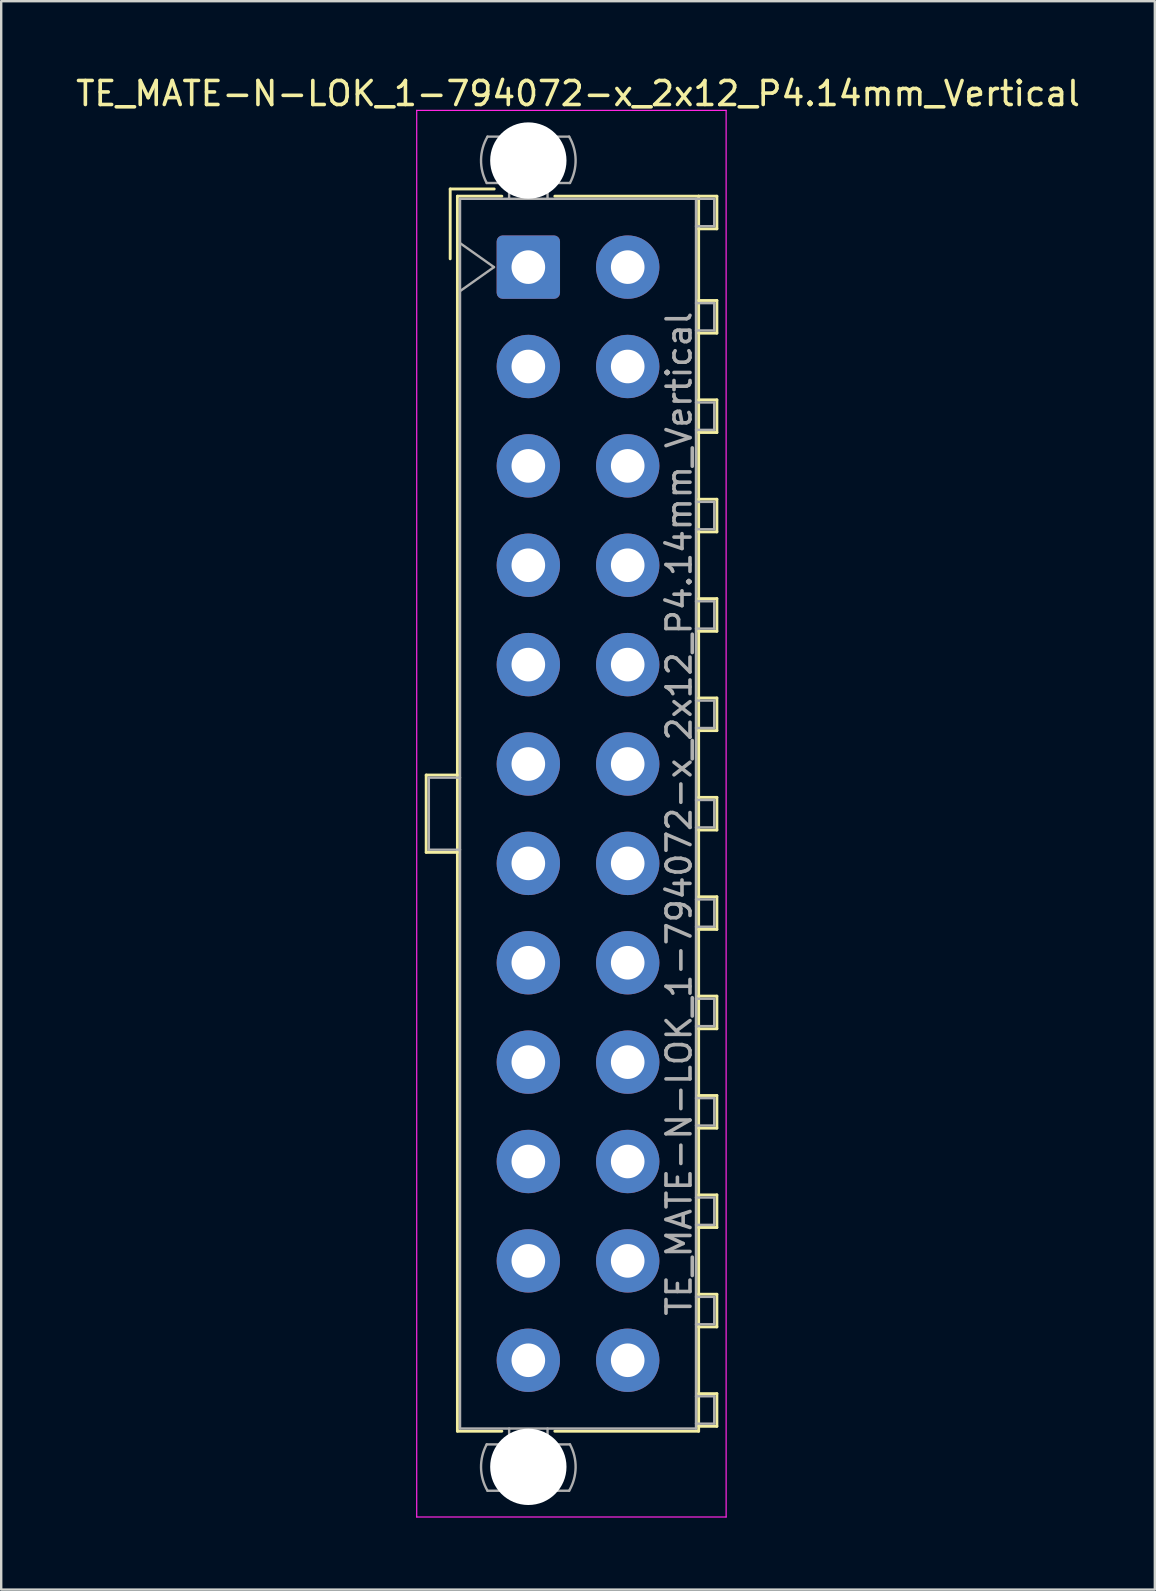
<source format=kicad_pcb>
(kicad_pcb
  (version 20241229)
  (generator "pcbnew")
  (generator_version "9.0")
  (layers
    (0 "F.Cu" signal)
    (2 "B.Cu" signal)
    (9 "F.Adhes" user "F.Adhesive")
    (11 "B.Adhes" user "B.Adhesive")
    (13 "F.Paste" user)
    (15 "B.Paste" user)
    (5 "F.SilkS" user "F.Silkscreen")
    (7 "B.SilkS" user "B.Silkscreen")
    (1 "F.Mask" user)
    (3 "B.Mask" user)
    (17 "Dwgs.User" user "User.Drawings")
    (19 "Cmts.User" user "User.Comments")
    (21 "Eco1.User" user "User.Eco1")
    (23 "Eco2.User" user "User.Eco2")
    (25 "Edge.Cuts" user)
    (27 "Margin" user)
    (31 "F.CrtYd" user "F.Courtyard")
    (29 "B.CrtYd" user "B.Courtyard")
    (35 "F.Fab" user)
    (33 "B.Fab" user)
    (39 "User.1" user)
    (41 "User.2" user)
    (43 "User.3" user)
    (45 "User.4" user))
  (footprint "TE_MATE-N-LOK_1-794072-x_2x12_P4.14mm_Vertical"
    (layer "F.Cu")
    (at 18.96 8.078)
    (property "Reference" "TE_MATE-N-LOK_1-794072-x_2x12_P4.14mm_Vertical" (at 2.07 -7.23 0) (layer "F.SilkS") (effects (font (size 1 1) (thickness 0.15))))
    (attr through_hole)
    (fp_line (start -4.255 21.16) (end -4.255 24.38) (stroke (width 0.12) (type solid)) (layer "F.SilkS"))
    (fp_line (start -4.255 24.38) (end -2.955 24.38) (stroke (width 0.12) (type solid)) (layer "F.SilkS"))
    (fp_line (start -3.255 -3.255) (end -3.255 -0.345) (stroke (width 0.12) (type solid)) (layer "F.SilkS"))
    (fp_line (start -2.955 -2.955) (end -2.955 48.495) (stroke (width 0.12) (type solid)) (layer "F.SilkS"))
    (fp_line (start -2.955 21.16) (end -4.255 21.16) (stroke (width 0.12) (type solid)) (layer "F.SilkS"))
    (fp_line (start -2.955 48.495) (end -1.103 48.495) (stroke (width 0.12) (type solid)) (layer "F.SilkS"))
    (fp_line (start -1.421 -3.255) (end -3.255 -3.255) (stroke (width 0.12) (type solid)) (layer "F.SilkS"))
    (fp_line (start -1.103 -2.955) (end -2.955 -2.955) (stroke (width 0.12) (type solid)) (layer "F.SilkS"))
    (fp_line (start 1.103 -2.955) (end 7.095 -2.955) (stroke (width 0.12) (type solid)) (layer "F.SilkS"))
    (fp_line (start 7.095 -2.955) (end 7.095 48.495) (stroke (width 0.12) (type solid)) (layer "F.SilkS"))
    (fp_line (start 7.095 -2.955) (end 7.855 -2.955) (stroke (width 0.12) (type solid)) (layer "F.SilkS"))
    (fp_line (start 7.095 1.39) (end 7.855 1.39) (stroke (width 0.12) (type solid)) (layer "F.SilkS"))
    (fp_line (start 7.095 5.53) (end 7.855 5.53) (stroke (width 0.12) (type solid)) (layer "F.SilkS"))
    (fp_line (start 7.095 9.67) (end 7.855 9.67) (stroke (width 0.12) (type solid)) (layer "F.SilkS"))
    (fp_line (start 7.095 13.81) (end 7.855 13.81) (stroke (width 0.12) (type solid)) (layer "F.SilkS"))
    (fp_line (start 7.095 17.95) (end 7.855 17.95) (stroke (width 0.12) (type solid)) (layer "F.SilkS"))
    (fp_line (start 7.095 22.09) (end 7.855 22.09) (stroke (width 0.12) (type solid)) (layer "F.SilkS"))
    (fp_line (start 7.095 26.23) (end 7.855 26.23) (stroke (width 0.12) (type solid)) (layer "F.SilkS"))
    (fp_line (start 7.095 30.37) (end 7.855 30.37) (stroke (width 0.12) (type solid)) (layer "F.SilkS"))
    (fp_line (start 7.095 34.51) (end 7.855 34.51) (stroke (width 0.12) (type solid)) (layer "F.SilkS"))
    (fp_line (start 7.095 38.65) (end 7.855 38.65) (stroke (width 0.12) (type solid)) (layer "F.SilkS"))
    (fp_line (start 7.095 42.79) (end 7.855 42.79) (stroke (width 0.12) (type solid)) (layer "F.SilkS"))
    (fp_line (start 7.095 46.93) (end 7.855 46.93) (stroke (width 0.12) (type solid)) (layer "F.SilkS"))
    (fp_line (start 7.095 48.495) (end 1.103 48.495) (stroke (width 0.12) (type solid)) (layer "F.SilkS"))
    (fp_line (start 7.855 -2.955) (end 7.855 -1.595) (stroke (width 0.12) (type solid)) (layer "F.SilkS"))
    (fp_line (start 7.855 -1.595) (end 7.095 -1.595) (stroke (width 0.12) (type solid)) (layer "F.SilkS"))
    (fp_line (start 7.855 1.39) (end 7.855 2.75) (stroke (width 0.12) (type solid)) (layer "F.SilkS"))
    (fp_line (start 7.855 2.75) (end 7.095 2.75) (stroke (width 0.12) (type solid)) (layer "F.SilkS"))
    (fp_line (start 7.855 5.53) (end 7.855 6.89) (stroke (width 0.12) (type solid)) (layer "F.SilkS"))
    (fp_line (start 7.855 6.89) (end 7.095 6.89) (stroke (width 0.12) (type solid)) (layer "F.SilkS"))
    (fp_line (start 7.855 9.67) (end 7.855 11.03) (stroke (width 0.12) (type solid)) (layer "F.SilkS"))
    (fp_line (start 7.855 11.03) (end 7.095 11.03) (stroke (width 0.12) (type solid)) (layer "F.SilkS"))
    (fp_line (start 7.855 13.81) (end 7.855 15.17) (stroke (width 0.12) (type solid)) (layer "F.SilkS"))
    (fp_line (start 7.855 15.17) (end 7.095 15.17) (stroke (width 0.12) (type solid)) (layer "F.SilkS"))
    (fp_line (start 7.855 17.95) (end 7.855 19.31) (stroke (width 0.12) (type solid)) (layer "F.SilkS"))
    (fp_line (start 7.855 19.31) (end 7.095 19.31) (stroke (width 0.12) (type solid)) (layer "F.SilkS"))
    (fp_line (start 7.855 22.09) (end 7.855 23.45) (stroke (width 0.12) (type solid)) (layer "F.SilkS"))
    (fp_line (start 7.855 23.45) (end 7.095 23.45) (stroke (width 0.12) (type solid)) (layer "F.SilkS"))
    (fp_line (start 7.855 26.23) (end 7.855 27.59) (stroke (width 0.12) (type solid)) (layer "F.SilkS"))
    (fp_line (start 7.855 27.59) (end 7.095 27.59) (stroke (width 0.12) (type solid)) (layer "F.SilkS"))
    (fp_line (start 7.855 30.37) (end 7.855 31.73) (stroke (width 0.12) (type solid)) (layer "F.SilkS"))
    (fp_line (start 7.855 31.73) (end 7.095 31.73) (stroke (width 0.12) (type solid)) (layer "F.SilkS"))
    (fp_line (start 7.855 34.51) (end 7.855 35.87) (stroke (width 0.12) (type solid)) (layer "F.SilkS"))
    (fp_line (start 7.855 35.87) (end 7.095 35.87) (stroke (width 0.12) (type solid)) (layer "F.SilkS"))
    (fp_line (start 7.855 38.65) (end 7.855 40.01) (stroke (width 0.12) (type solid)) (layer "F.SilkS"))
    (fp_line (start 7.855 40.01) (end 7.095 40.01) (stroke (width 0.12) (type solid)) (layer "F.SilkS"))
    (fp_line (start 7.855 42.79) (end 7.855 44.15) (stroke (width 0.12) (type solid)) (layer "F.SilkS"))
    (fp_line (start 7.855 44.15) (end 7.095 44.15) (stroke (width 0.12) (type solid)) (layer "F.SilkS"))
    (fp_line (start 7.855 46.93) (end 7.855 48.29) (stroke (width 0.12) (type solid)) (layer "F.SilkS"))
    (fp_line (start 7.855 48.29) (end 7.095 48.29) (stroke (width 0.12) (type solid)) (layer "F.SilkS"))
    (fp_line (start -4.65 -6.53) (end -4.65 52.07) (stroke (width 0.05) (type solid)) (layer "F.CrtYd"))
    (fp_line (start -4.65 52.07) (end 8.24 52.07) (stroke (width 0.05) (type solid)) (layer "F.CrtYd"))
    (fp_line (start 8.24 -6.53) (end -4.65 -6.53) (stroke (width 0.05) (type solid)) (layer "F.CrtYd"))
    (fp_line (start 8.24 52.07) (end 8.24 -6.53) (stroke (width 0.05) (type solid)) (layer "F.CrtYd"))
    (fp_line (start -4.145 21.27) (end -4.145 24.27) (stroke (width 0.1) (type solid)) (layer "F.Fab"))
    (fp_line (start -4.145 24.27) (end -2.845 24.27) (stroke (width 0.1) (type solid)) (layer "F.Fab"))
    (fp_line (start -2.845 -2.845) (end -2.845 48.385) (stroke (width 0.1) (type solid)) (layer "F.Fab"))
    (fp_line (start -2.845 -1) (end -1.431 0) (stroke (width 0.1) (type solid)) (layer "F.Fab"))
    (fp_line (start -2.845 21.27) (end -4.145 21.27) (stroke (width 0.1) (type solid)) (layer "F.Fab"))
    (fp_line (start -2.845 48.385) (end 6.985 48.385) (stroke (width 0.1) (type solid)) (layer "F.Fab"))
    (fp_line (start -1.431 0) (end -2.845 1) (stroke (width 0.1) (type solid)) (layer "F.Fab"))
    (fp_line (start -0.8 -2.845) (end -0.8 -3.505) (stroke (width 0.1) (type solid)) (layer "F.Fab"))
    (fp_line (start -0.8 48.385) (end -0.8 49.045) (stroke (width 0.1) (type solid)) (layer "F.Fab"))
    (fp_line (start 0.8 -2.845) (end 0.8 -3.505) (stroke (width 0.1) (type solid)) (layer "F.Fab"))
    (fp_line (start 0.8 48.385) (end 0.8 49.045) (stroke (width 0.1) (type solid)) (layer "F.Fab"))
    (fp_line (start 1.7 -5.436) (end -1.7 -5.436) (stroke (width 0.1) (type solid)) (layer "F.Fab"))
    (fp_line (start 1.7 50.976) (end -1.7 50.976) (stroke (width 0.1) (type solid)) (layer "F.Fab"))
    (fp_line (start 1.734 -3.505) (end -1.734 -3.505) (stroke (width 0.1) (type solid)) (layer "F.Fab"))
    (fp_line (start 1.734 49.045) (end -1.734 49.045) (stroke (width 0.1) (type solid)) (layer "F.Fab"))
    (fp_line (start 6.985 -2.845) (end -2.845 -2.845) (stroke (width 0.1) (type solid)) (layer "F.Fab"))
    (fp_line (start 6.985 -2.845) (end 7.745 -2.845) (stroke (width 0.1) (type solid)) (layer "F.Fab"))
    (fp_line (start 6.985 1.5) (end 7.745 1.5) (stroke (width 0.1) (type solid)) (layer "F.Fab"))
    (fp_line (start 6.985 5.64) (end 7.745 5.64) (stroke (width 0.1) (type solid)) (layer "F.Fab"))
    (fp_line (start 6.985 9.78) (end 7.745 9.78) (stroke (width 0.1) (type solid)) (layer "F.Fab"))
    (fp_line (start 6.985 13.92) (end 7.745 13.92) (stroke (width 0.1) (type solid)) (layer "F.Fab"))
    (fp_line (start 6.985 18.06) (end 7.745 18.06) (stroke (width 0.1) (type solid)) (layer "F.Fab"))
    (fp_line (start 6.985 22.2) (end 7.745 22.2) (stroke (width 0.1) (type solid)) (layer "F.Fab"))
    (fp_line (start 6.985 26.34) (end 7.745 26.34) (stroke (width 0.1) (type solid)) (layer "F.Fab"))
    (fp_line (start 6.985 30.48) (end 7.745 30.48) (stroke (width 0.1) (type solid)) (layer "F.Fab"))
    (fp_line (start 6.985 34.62) (end 7.745 34.62) (stroke (width 0.1) (type solid)) (layer "F.Fab"))
    (fp_line (start 6.985 38.76) (end 7.745 38.76) (stroke (width 0.1) (type solid)) (layer "F.Fab"))
    (fp_line (start 6.985 42.9) (end 7.745 42.9) (stroke (width 0.1) (type solid)) (layer "F.Fab"))
    (fp_line (start 6.985 47.04) (end 7.745 47.04) (stroke (width 0.1) (type solid)) (layer "F.Fab"))
    (fp_line (start 6.985 48.385) (end 6.985 -2.845) (stroke (width 0.1) (type solid)) (layer "F.Fab"))
    (fp_line (start 7.745 -2.845) (end 7.745 -1.705) (stroke (width 0.1) (type solid)) (layer "F.Fab"))
    (fp_line (start 7.745 -1.705) (end 6.985 -1.705) (stroke (width 0.1) (type solid)) (layer "F.Fab"))
    (fp_line (start 7.745 1.5) (end 7.745 2.64) (stroke (width 0.1) (type solid)) (layer "F.Fab"))
    (fp_line (start 7.745 2.64) (end 6.985 2.64) (stroke (width 0.1) (type solid)) (layer "F.Fab"))
    (fp_line (start 7.745 5.64) (end 7.745 6.78) (stroke (width 0.1) (type solid)) (layer "F.Fab"))
    (fp_line (start 7.745 6.78) (end 6.985 6.78) (stroke (width 0.1) (type solid)) (layer "F.Fab"))
    (fp_line (start 7.745 9.78) (end 7.745 10.92) (stroke (width 0.1) (type solid)) (layer "F.Fab"))
    (fp_line (start 7.745 10.92) (end 6.985 10.92) (stroke (width 0.1) (type solid)) (layer "F.Fab"))
    (fp_line (start 7.745 13.92) (end 7.745 15.06) (stroke (width 0.1) (type solid)) (layer "F.Fab"))
    (fp_line (start 7.745 15.06) (end 6.985 15.06) (stroke (width 0.1) (type solid)) (layer "F.Fab"))
    (fp_line (start 7.745 18.06) (end 7.745 19.2) (stroke (width 0.1) (type solid)) (layer "F.Fab"))
    (fp_line (start 7.745 19.2) (end 6.985 19.2) (stroke (width 0.1) (type solid)) (layer "F.Fab"))
    (fp_line (start 7.745 22.2) (end 7.745 23.34) (stroke (width 0.1) (type solid)) (layer "F.Fab"))
    (fp_line (start 7.745 23.34) (end 6.985 23.34) (stroke (width 0.1) (type solid)) (layer "F.Fab"))
    (fp_line (start 7.745 26.34) (end 7.745 27.48) (stroke (width 0.1) (type solid)) (layer "F.Fab"))
    (fp_line (start 7.745 27.48) (end 6.985 27.48) (stroke (width 0.1) (type solid)) (layer "F.Fab"))
    (fp_line (start 7.745 30.48) (end 7.745 31.62) (stroke (width 0.1) (type solid)) (layer "F.Fab"))
    (fp_line (start 7.745 31.62) (end 6.985 31.62) (stroke (width 0.1) (type solid)) (layer "F.Fab"))
    (fp_line (start 7.745 34.62) (end 7.745 35.76) (stroke (width 0.1) (type solid)) (layer "F.Fab"))
    (fp_line (start 7.745 35.76) (end 6.985 35.76) (stroke (width 0.1) (type solid)) (layer "F.Fab"))
    (fp_line (start 7.745 38.76) (end 7.745 39.9) (stroke (width 0.1) (type solid)) (layer "F.Fab"))
    (fp_line (start 7.745 39.9) (end 6.985 39.9) (stroke (width 0.1) (type solid)) (layer "F.Fab"))
    (fp_line (start 7.745 42.9) (end 7.745 44.04) (stroke (width 0.1) (type solid)) (layer "F.Fab"))
    (fp_line (start 7.745 44.04) (end 6.985 44.04) (stroke (width 0.1) (type solid)) (layer "F.Fab"))
    (fp_line (start 7.745 47.04) (end 7.745 48.18) (stroke (width 0.1) (type solid)) (layer "F.Fab"))
    (fp_line (start 7.745 48.18) (end 6.985 48.18) (stroke (width 0.1) (type solid)) (layer "F.Fab"))
    (fp_arc (start -1.733977 -3.505) (mid -1.96969 -4.474992) (end -1.699672 -5.436) (stroke (width 0.1) (type solid)) (layer "F.Fab"))
    (fp_arc (start -1.699672 50.976) (mid -1.969689 50.014992) (end -1.733977 49.045) (stroke (width 0.1) (type solid)) (layer "F.Fab"))
    (fp_arc (start 1.699672 -5.436) (mid 1.969689 -4.474992) (end 1.733977 -3.505) (stroke (width 0.1) (type solid)) (layer "F.Fab"))
    (fp_arc (start 1.733977 49.045) (mid 1.96969 50.014992) (end 1.699672 50.976) (stroke (width 0.1) (type solid)) (layer "F.Fab"))
    (fp_text user "${REFERENCE}" (at 6.28 22.77 90) (layer "F.Fab") (effects (font (size 1 1) (thickness 0.15))))
    (pad "" np_thru_hole circle (at 0 -4.44) (size 3.18 3.18) (drill 3.18) (layers "*.Cu" "*.Mask"))
    (pad "" np_thru_hole circle (at 0 49.98) (size 3.18 3.18) (drill 3.18) (layers "*.Cu" "*.Mask"))
    (pad "1" thru_hole roundrect (at 0 0) (size 2.64 2.64) (drill 1.4) (layers "*.Cu" "*.Mask") (roundrect_rratio 0.095))
    (pad "2" thru_hole circle (at 0 4.14) (size 2.64 2.64) (drill 1.4) (layers "*.Cu" "*.Mask"))
    (pad "3" thru_hole circle (at 0 8.28) (size 2.64 2.64) (drill 1.4) (layers "*.Cu" "*.Mask"))
    (pad "4" thru_hole circle (at 0 12.42) (size 2.64 2.64) (drill 1.4) (layers "*.Cu" "*.Mask"))
    (pad "5" thru_hole circle (at 0 16.56) (size 2.64 2.64) (drill 1.4) (layers "*.Cu" "*.Mask"))
    (pad "6" thru_hole circle (at 0 20.7) (size 2.64 2.64) (drill 1.4) (layers "*.Cu" "*.Mask"))
    (pad "7" thru_hole circle (at 0 24.84) (size 2.64 2.64) (drill 1.4) (layers "*.Cu" "*.Mask"))
    (pad "8" thru_hole circle (at 0 28.98) (size 2.64 2.64) (drill 1.4) (layers "*.Cu" "*.Mask"))
    (pad "9" thru_hole circle (at 0 33.12) (size 2.64 2.64) (drill 1.4) (layers "*.Cu" "*.Mask"))
    (pad "10" thru_hole circle (at 0 37.26) (size 2.64 2.64) (drill 1.4) (layers "*.Cu" "*.Mask"))
    (pad "11" thru_hole circle (at 0 41.4) (size 2.64 2.64) (drill 1.4) (layers "*.Cu" "*.Mask"))
    (pad "12" thru_hole circle (at 0 45.54) (size 2.64 2.64) (drill 1.4) (layers "*.Cu" "*.Mask"))
    (pad "13" thru_hole circle (at 4.14 0) (size 2.64 2.64) (drill 1.4) (layers "*.Cu" "*.Mask"))
    (pad "14" thru_hole circle (at 4.14 4.14) (size 2.64 2.64) (drill 1.4) (layers "*.Cu" "*.Mask"))
    (pad "15" thru_hole circle (at 4.14 8.28) (size 2.64 2.64) (drill 1.4) (layers "*.Cu" "*.Mask"))
    (pad "16" thru_hole circle (at 4.14 12.42) (size 2.64 2.64) (drill 1.4) (layers "*.Cu" "*.Mask"))
    (pad "17" thru_hole circle (at 4.14 16.56) (size 2.64 2.64) (drill 1.4) (layers "*.Cu" "*.Mask"))
    (pad "18" thru_hole circle (at 4.14 20.7) (size 2.64 2.64) (drill 1.4) (layers "*.Cu" "*.Mask"))
    (pad "19" thru_hole circle (at 4.14 24.84) (size 2.64 2.64) (drill 1.4) (layers "*.Cu" "*.Mask"))
    (pad "20" thru_hole circle (at 4.14 28.98) (size 2.64 2.64) (drill 1.4) (layers "*.Cu" "*.Mask"))
    (pad "21" thru_hole circle (at 4.14 33.12) (size 2.64 2.64) (drill 1.4) (layers "*.Cu" "*.Mask"))
    (pad "22" thru_hole circle (at 4.14 37.26) (size 2.64 2.64) (drill 1.4) (layers "*.Cu" "*.Mask"))
    (pad "23" thru_hole circle (at 4.14 41.4) (size 2.64 2.64) (drill 1.4) (layers "*.Cu" "*.Mask"))
    (pad "24" thru_hole circle (at 4.14 45.54) (size 2.64 2.64) (drill 1.4) (layers "*.Cu" "*.Mask")))
  (gr_rect
    (start -3 -3)
    (end 45.06 63.173)
    (stroke (width 0.1) (type default))
    (fill no)
    (layer "Edge.Cuts")))
</source>
